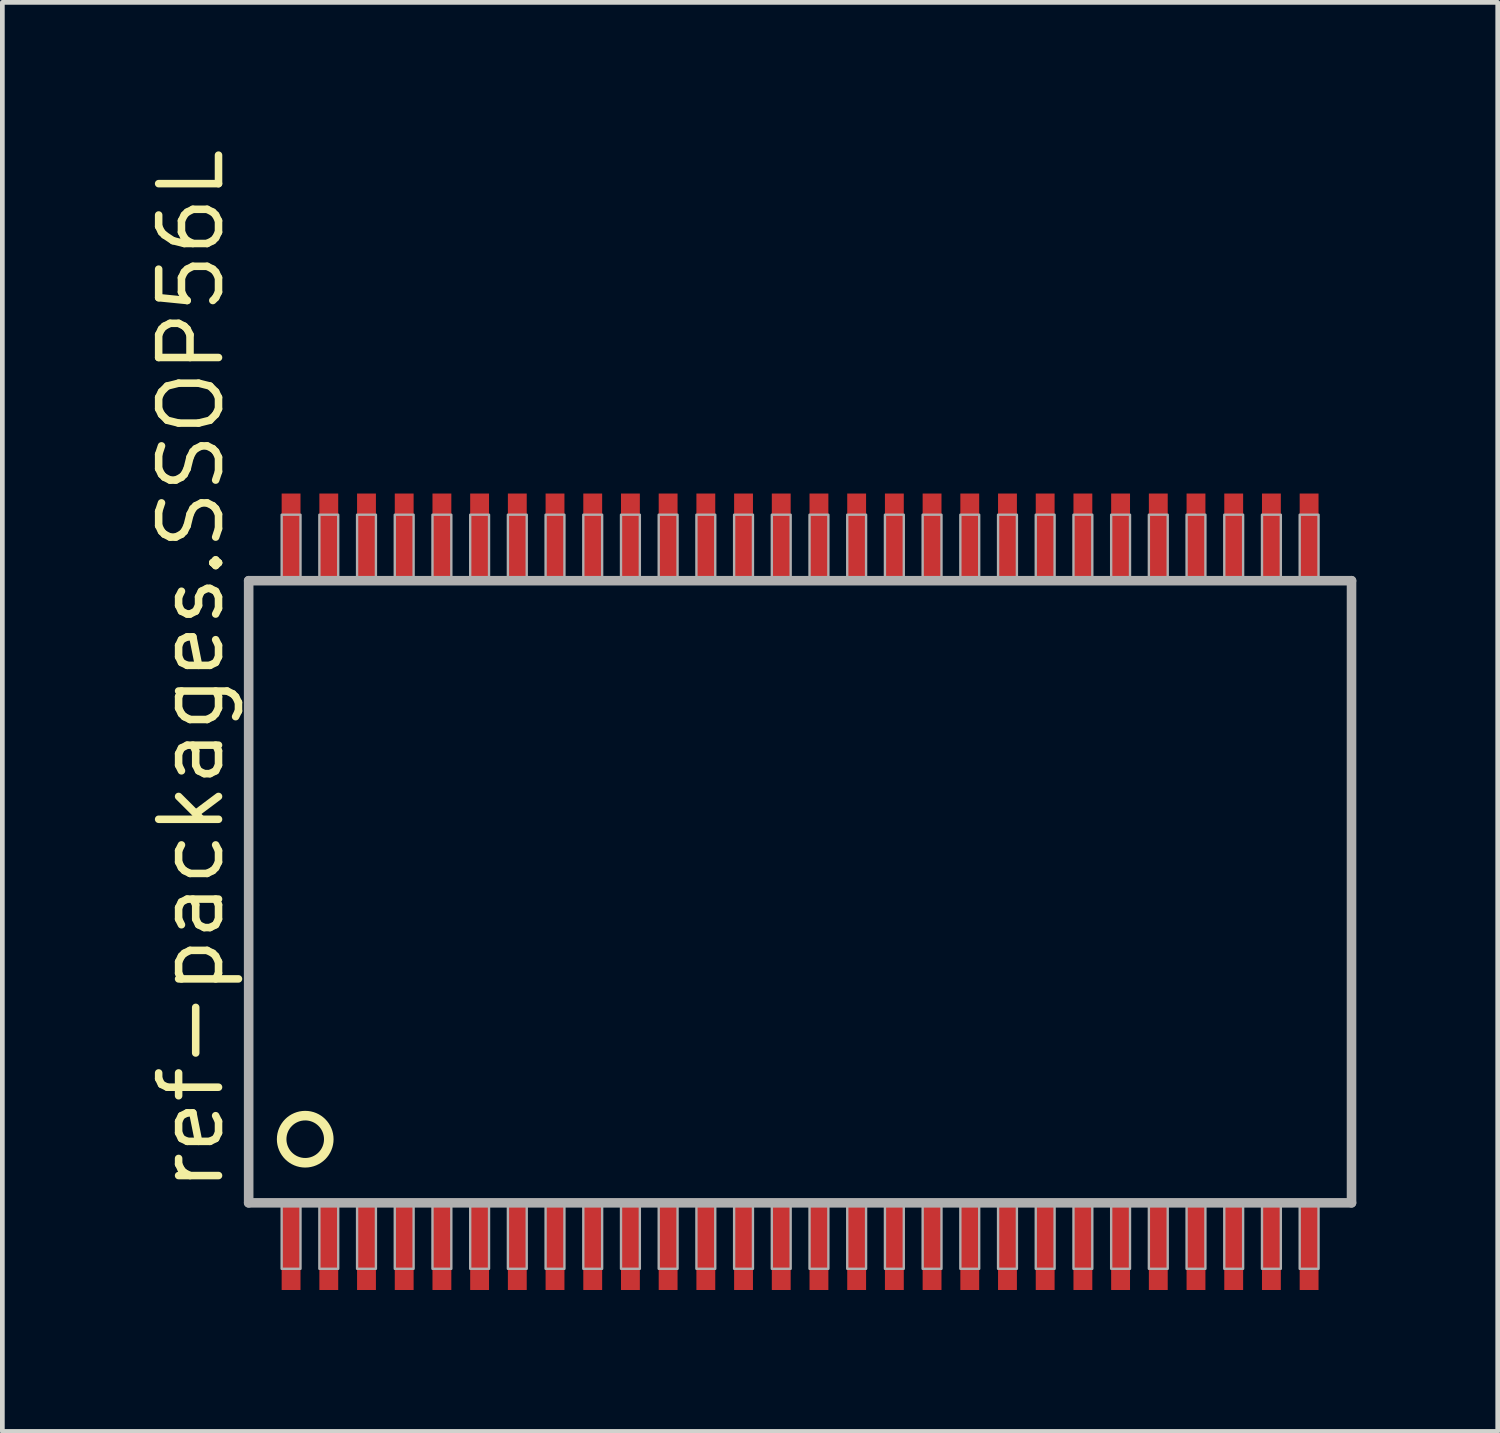
<source format=kicad_pcb>
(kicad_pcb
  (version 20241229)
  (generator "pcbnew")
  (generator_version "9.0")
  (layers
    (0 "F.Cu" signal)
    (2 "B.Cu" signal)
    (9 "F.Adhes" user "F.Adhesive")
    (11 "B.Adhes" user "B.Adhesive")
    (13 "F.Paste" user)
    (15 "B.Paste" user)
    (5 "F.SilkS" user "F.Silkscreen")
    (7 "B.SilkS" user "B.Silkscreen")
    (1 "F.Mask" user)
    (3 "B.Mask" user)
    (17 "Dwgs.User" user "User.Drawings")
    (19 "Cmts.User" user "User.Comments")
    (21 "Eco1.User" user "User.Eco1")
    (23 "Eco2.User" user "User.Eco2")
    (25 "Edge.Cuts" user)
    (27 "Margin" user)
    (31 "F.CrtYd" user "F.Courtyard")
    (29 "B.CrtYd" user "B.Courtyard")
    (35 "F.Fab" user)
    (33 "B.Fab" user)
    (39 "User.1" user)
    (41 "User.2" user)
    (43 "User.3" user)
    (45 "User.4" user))
  (footprint "ref-packages.SSOP56L"
    (layer "F.Cu")
    (at 13.926 15.871)
    (property "Reference" "ref-packages.SSOP56L" (at -12.176 6.429 90) (layer "F.SilkS") (effects (font (size 1.27 1.27) (thickness 0.16)) (justify left bottom)))
    (attr smd)
    (fp_circle (center -10.5 5.25) (end -10 5.25) (stroke (width 0.203) (type default)) (fill no) (layer "F.SilkS"))
    (fp_line (start -11.7 -6.6) (end -11.7 6.6) (stroke (width 0.203) (type default)) (layer "F.Fab"))
    (fp_line (start -11.7 6.6) (end 11.7 6.6) (stroke (width 0.203) (type default)) (layer "F.Fab"))
    (fp_line (start 11.7 -6.6) (end -11.7 -6.6) (stroke (width 0.203) (type default)) (layer "F.Fab"))
    (fp_line (start 11.7 6.6) (end 11.7 -6.6) (stroke (width 0.203) (type default)) (layer "F.Fab"))
    (fp_rect (start -11 -6.6) (end -10.6 -8) (stroke (width 0.05) (type default)) (fill no) (layer "F.Fab"))
    (fp_rect (start -11 8) (end -10.6 6.6) (stroke (width 0.05) (type default)) (fill no) (layer "F.Fab"))
    (fp_rect (start -10.2 -6.6) (end -9.8 -8) (stroke (width 0.05) (type default)) (fill no) (layer "F.Fab"))
    (fp_rect (start -10.2 8) (end -9.8 6.6) (stroke (width 0.05) (type default)) (fill no) (layer "F.Fab"))
    (fp_rect (start -9.4 -6.6) (end -9 -8) (stroke (width 0.05) (type default)) (fill no) (layer "F.Fab"))
    (fp_rect (start -9.4 8) (end -9 6.6) (stroke (width 0.05) (type default)) (fill no) (layer "F.Fab"))
    (fp_rect (start -8.6 -6.6) (end -8.2 -8) (stroke (width 0.05) (type default)) (fill no) (layer "F.Fab"))
    (fp_rect (start -8.6 8) (end -8.2 6.6) (stroke (width 0.05) (type default)) (fill no) (layer "F.Fab"))
    (fp_rect (start -7.8 -6.6) (end -7.4 -8) (stroke (width 0.05) (type default)) (fill no) (layer "F.Fab"))
    (fp_rect (start -7.8 8) (end -7.4 6.6) (stroke (width 0.05) (type default)) (fill no) (layer "F.Fab"))
    (fp_rect (start -7 -6.6) (end -6.6 -8) (stroke (width 0.05) (type default)) (fill no) (layer "F.Fab"))
    (fp_rect (start -7 8) (end -6.6 6.6) (stroke (width 0.05) (type default)) (fill no) (layer "F.Fab"))
    (fp_rect (start -6.2 -6.6) (end -5.8 -8) (stroke (width 0.05) (type default)) (fill no) (layer "F.Fab"))
    (fp_rect (start -6.2 8) (end -5.8 6.6) (stroke (width 0.05) (type default)) (fill no) (layer "F.Fab"))
    (fp_rect (start -5.4 -6.6) (end -5 -8) (stroke (width 0.05) (type default)) (fill no) (layer "F.Fab"))
    (fp_rect (start -5.4 8) (end -5 6.6) (stroke (width 0.05) (type default)) (fill no) (layer "F.Fab"))
    (fp_rect (start -4.6 -6.6) (end -4.2 -8) (stroke (width 0.05) (type default)) (fill no) (layer "F.Fab"))
    (fp_rect (start -4.6 8) (end -4.2 6.6) (stroke (width 0.05) (type default)) (fill no) (layer "F.Fab"))
    (fp_rect (start -3.8 -6.6) (end -3.4 -8) (stroke (width 0.05) (type default)) (fill no) (layer "F.Fab"))
    (fp_rect (start -3.8 8) (end -3.4 6.6) (stroke (width 0.05) (type default)) (fill no) (layer "F.Fab"))
    (fp_rect (start -3 -6.6) (end -2.6 -8) (stroke (width 0.05) (type default)) (fill no) (layer "F.Fab"))
    (fp_rect (start -3 8) (end -2.6 6.6) (stroke (width 0.05) (type default)) (fill no) (layer "F.Fab"))
    (fp_rect (start -2.2 -6.6) (end -1.8 -8) (stroke (width 0.05) (type default)) (fill no) (layer "F.Fab"))
    (fp_rect (start -2.2 8) (end -1.8 6.6) (stroke (width 0.05) (type default)) (fill no) (layer "F.Fab"))
    (fp_rect (start -1.4 -6.6) (end -1 -8) (stroke (width 0.05) (type default)) (fill no) (layer "F.Fab"))
    (fp_rect (start -1.4 8) (end -1 6.6) (stroke (width 0.05) (type default)) (fill no) (layer "F.Fab"))
    (fp_rect (start -0.6 -6.6) (end -0.2 -8) (stroke (width 0.05) (type default)) (fill no) (layer "F.Fab"))
    (fp_rect (start -0.6 8) (end -0.2 6.6) (stroke (width 0.05) (type default)) (fill no) (layer "F.Fab"))
    (fp_rect (start 0.2 -6.6) (end 0.6 -8) (stroke (width 0.05) (type default)) (fill no) (layer "F.Fab"))
    (fp_rect (start 0.2 8) (end 0.6 6.6) (stroke (width 0.05) (type default)) (fill no) (layer "F.Fab"))
    (fp_rect (start 1 -6.6) (end 1.4 -8) (stroke (width 0.05) (type default)) (fill no) (layer "F.Fab"))
    (fp_rect (start 1 8) (end 1.4 6.6) (stroke (width 0.05) (type default)) (fill no) (layer "F.Fab"))
    (fp_rect (start 1.8 -6.6) (end 2.2 -8) (stroke (width 0.05) (type default)) (fill no) (layer "F.Fab"))
    (fp_rect (start 1.8 8) (end 2.2 6.6) (stroke (width 0.05) (type default)) (fill no) (layer "F.Fab"))
    (fp_rect (start 2.6 -6.6) (end 3 -8) (stroke (width 0.05) (type default)) (fill no) (layer "F.Fab"))
    (fp_rect (start 2.6 8) (end 3 6.6) (stroke (width 0.05) (type default)) (fill no) (layer "F.Fab"))
    (fp_rect (start 3.4 -6.6) (end 3.8 -8) (stroke (width 0.05) (type default)) (fill no) (layer "F.Fab"))
    (fp_rect (start 3.4 8) (end 3.8 6.6) (stroke (width 0.05) (type default)) (fill no) (layer "F.Fab"))
    (fp_rect (start 4.2 -6.6) (end 4.6 -8) (stroke (width 0.05) (type default)) (fill no) (layer "F.Fab"))
    (fp_rect (start 4.2 8) (end 4.6 6.6) (stroke (width 0.05) (type default)) (fill no) (layer "F.Fab"))
    (fp_rect (start 5 -6.6) (end 5.4 -8) (stroke (width 0.05) (type default)) (fill no) (layer "F.Fab"))
    (fp_rect (start 5 8) (end 5.4 6.6) (stroke (width 0.05) (type default)) (fill no) (layer "F.Fab"))
    (fp_rect (start 5.8 -6.6) (end 6.2 -8) (stroke (width 0.05) (type default)) (fill no) (layer "F.Fab"))
    (fp_rect (start 5.8 8) (end 6.2 6.6) (stroke (width 0.05) (type default)) (fill no) (layer "F.Fab"))
    (fp_rect (start 6.6 -6.6) (end 7 -8) (stroke (width 0.05) (type default)) (fill no) (layer "F.Fab"))
    (fp_rect (start 6.6 8) (end 7 6.6) (stroke (width 0.05) (type default)) (fill no) (layer "F.Fab"))
    (fp_rect (start 7.4 -6.6) (end 7.8 -8) (stroke (width 0.05) (type default)) (fill no) (layer "F.Fab"))
    (fp_rect (start 7.4 8) (end 7.8 6.6) (stroke (width 0.05) (type default)) (fill no) (layer "F.Fab"))
    (fp_rect (start 8.2 -6.6) (end 8.6 -8) (stroke (width 0.05) (type default)) (fill no) (layer "F.Fab"))
    (fp_rect (start 8.2 8) (end 8.6 6.6) (stroke (width 0.05) (type default)) (fill no) (layer "F.Fab"))
    (fp_rect (start 9 -6.6) (end 9.4 -8) (stroke (width 0.05) (type default)) (fill no) (layer "F.Fab"))
    (fp_rect (start 9 8) (end 9.4 6.6) (stroke (width 0.05) (type default)) (fill no) (layer "F.Fab"))
    (fp_rect (start 9.8 -6.6) (end 10.2 -8) (stroke (width 0.05) (type default)) (fill no) (layer "F.Fab"))
    (fp_rect (start 9.8 8) (end 10.2 6.6) (stroke (width 0.05) (type default)) (fill no) (layer "F.Fab"))
    (fp_rect (start 10.6 -6.6) (end 11 -8) (stroke (width 0.05) (type default)) (fill no) (layer "F.Fab"))
    (fp_rect (start 10.6 8) (end 11 6.6) (stroke (width 0.05) (type default)) (fill no) (layer "F.Fab"))
    (pad "1" smd roundrect (at -10.8 7.5) (size 0.4 1.9) (layers "F.Cu" "F.Mask" "F.Paste") (roundrect_rratio 0.01))
    (pad "2" smd roundrect (at -10 7.5) (size 0.4 1.9) (layers "F.Cu" "F.Mask" "F.Paste") (roundrect_rratio 0.01))
    (pad "3" smd roundrect (at -9.2 7.5) (size 0.4 1.9) (layers "F.Cu" "F.Mask" "F.Paste") (roundrect_rratio 0.01))
    (pad "4" smd roundrect (at -8.4 7.5) (size 0.4 1.9) (layers "F.Cu" "F.Mask" "F.Paste") (roundrect_rratio 0.01))
    (pad "5" smd roundrect (at -7.6 7.5) (size 0.4 1.9) (layers "F.Cu" "F.Mask" "F.Paste") (roundrect_rratio 0.01))
    (pad "6" smd roundrect (at -6.8 7.5) (size 0.4 1.9) (layers "F.Cu" "F.Mask" "F.Paste") (roundrect_rratio 0.01))
    (pad "7" smd roundrect (at -6 7.5) (size 0.4 1.9) (layers "F.Cu" "F.Mask" "F.Paste") (roundrect_rratio 0.01))
    (pad "8" smd roundrect (at -5.2 7.5) (size 0.4 1.9) (layers "F.Cu" "F.Mask" "F.Paste") (roundrect_rratio 0.01))
    (pad "9" smd roundrect (at -4.4 7.5) (size 0.4 1.9) (layers "F.Cu" "F.Mask" "F.Paste") (roundrect_rratio 0.01))
    (pad "10" smd roundrect (at -3.6 7.5) (size 0.4 1.9) (layers "F.Cu" "F.Mask" "F.Paste") (roundrect_rratio 0.01))
    (pad "11" smd roundrect (at -2.8 7.5) (size 0.4 1.9) (layers "F.Cu" "F.Mask" "F.Paste") (roundrect_rratio 0.01))
    (pad "12" smd roundrect (at -2 7.5) (size 0.4 1.9) (layers "F.Cu" "F.Mask" "F.Paste") (roundrect_rratio 0.01))
    (pad "13" smd roundrect (at -1.2 7.5) (size 0.4 1.9) (layers "F.Cu" "F.Mask" "F.Paste") (roundrect_rratio 0.01))
    (pad "14" smd roundrect (at -0.4 7.5) (size 0.4 1.9) (layers "F.Cu" "F.Mask" "F.Paste") (roundrect_rratio 0.01))
    (pad "15" smd roundrect (at 0.4 7.5) (size 0.4 1.9) (layers "F.Cu" "F.Mask" "F.Paste") (roundrect_rratio 0.01))
    (pad "16" smd roundrect (at 1.2 7.5) (size 0.4 1.9) (layers "F.Cu" "F.Mask" "F.Paste") (roundrect_rratio 0.01))
    (pad "17" smd roundrect (at 2 7.5) (size 0.4 1.9) (layers "F.Cu" "F.Mask" "F.Paste") (roundrect_rratio 0.01))
    (pad "18" smd roundrect (at 2.8 7.5) (size 0.4 1.9) (layers "F.Cu" "F.Mask" "F.Paste") (roundrect_rratio 0.01))
    (pad "19" smd roundrect (at 3.6 7.5) (size 0.4 1.9) (layers "F.Cu" "F.Mask" "F.Paste") (roundrect_rratio 0.01))
    (pad "20" smd roundrect (at 4.4 7.5) (size 0.4 1.9) (layers "F.Cu" "F.Mask" "F.Paste") (roundrect_rratio 0.01))
    (pad "21" smd roundrect (at 5.2 7.5) (size 0.4 1.9) (layers "F.Cu" "F.Mask" "F.Paste") (roundrect_rratio 0.01))
    (pad "22" smd roundrect (at 6 7.5) (size 0.4 1.9) (layers "F.Cu" "F.Mask" "F.Paste") (roundrect_rratio 0.01))
    (pad "23" smd roundrect (at 6.8 7.5) (size 0.4 1.9) (layers "F.Cu" "F.Mask" "F.Paste") (roundrect_rratio 0.01))
    (pad "24" smd roundrect (at 7.6 7.5) (size 0.4 1.9) (layers "F.Cu" "F.Mask" "F.Paste") (roundrect_rratio 0.01))
    (pad "25" smd roundrect (at 8.4 7.5) (size 0.4 1.9) (layers "F.Cu" "F.Mask" "F.Paste") (roundrect_rratio 0.01))
    (pad "26" smd roundrect (at 9.2 7.5) (size 0.4 1.9) (layers "F.Cu" "F.Mask" "F.Paste") (roundrect_rratio 0.01))
    (pad "27" smd roundrect (at 10 7.5) (size 0.4 1.9) (layers "F.Cu" "F.Mask" "F.Paste") (roundrect_rratio 0.01))
    (pad "28" smd roundrect (at 10.8 7.5) (size 0.4 1.9) (layers "F.Cu" "F.Mask" "F.Paste") (roundrect_rratio 0.01))
    (pad "29" smd roundrect (at 10.8 -7.5) (size 0.4 1.9) (layers "F.Cu" "F.Mask" "F.Paste") (roundrect_rratio 0.01))
    (pad "30" smd roundrect (at 10 -7.5) (size 0.4 1.9) (layers "F.Cu" "F.Mask" "F.Paste") (roundrect_rratio 0.01))
    (pad "31" smd roundrect (at 9.2 -7.5) (size 0.4 1.9) (layers "F.Cu" "F.Mask" "F.Paste") (roundrect_rratio 0.01))
    (pad "32" smd roundrect (at 8.4 -7.5) (size 0.4 1.9) (layers "F.Cu" "F.Mask" "F.Paste") (roundrect_rratio 0.01))
    (pad "33" smd roundrect (at 7.6 -7.5) (size 0.4 1.9) (layers "F.Cu" "F.Mask" "F.Paste") (roundrect_rratio 0.01))
    (pad "34" smd roundrect (at 6.8 -7.5) (size 0.4 1.9) (layers "F.Cu" "F.Mask" "F.Paste") (roundrect_rratio 0.01))
    (pad "35" smd roundrect (at 6 -7.5) (size 0.4 1.9) (layers "F.Cu" "F.Mask" "F.Paste") (roundrect_rratio 0.01))
    (pad "36" smd roundrect (at 5.2 -7.5) (size 0.4 1.9) (layers "F.Cu" "F.Mask" "F.Paste") (roundrect_rratio 0.01))
    (pad "37" smd roundrect (at 4.4 -7.5) (size 0.4 1.9) (layers "F.Cu" "F.Mask" "F.Paste") (roundrect_rratio 0.01))
    (pad "38" smd roundrect (at 3.6 -7.5) (size 0.4 1.9) (layers "F.Cu" "F.Mask" "F.Paste") (roundrect_rratio 0.01))
    (pad "39" smd roundrect (at 2.8 -7.5) (size 0.4 1.9) (layers "F.Cu" "F.Mask" "F.Paste") (roundrect_rratio 0.01))
    (pad "40" smd roundrect (at 2 -7.5) (size 0.4 1.9) (layers "F.Cu" "F.Mask" "F.Paste") (roundrect_rratio 0.01))
    (pad "41" smd roundrect (at 1.2 -7.5) (size 0.4 1.9) (layers "F.Cu" "F.Mask" "F.Paste") (roundrect_rratio 0.01))
    (pad "42" smd roundrect (at 0.4 -7.5) (size 0.4 1.9) (layers "F.Cu" "F.Mask" "F.Paste") (roundrect_rratio 0.01))
    (pad "43" smd roundrect (at -0.4 -7.5) (size 0.4 1.9) (layers "F.Cu" "F.Mask" "F.Paste") (roundrect_rratio 0.01))
    (pad "44" smd roundrect (at -1.2 -7.5) (size 0.4 1.9) (layers "F.Cu" "F.Mask" "F.Paste") (roundrect_rratio 0.01))
    (pad "45" smd roundrect (at -2 -7.5) (size 0.4 1.9) (layers "F.Cu" "F.Mask" "F.Paste") (roundrect_rratio 0.01))
    (pad "46" smd roundrect (at -2.8 -7.5) (size 0.4 1.9) (layers "F.Cu" "F.Mask" "F.Paste") (roundrect_rratio 0.01))
    (pad "47" smd roundrect (at -3.6 -7.5) (size 0.4 1.9) (layers "F.Cu" "F.Mask" "F.Paste") (roundrect_rratio 0.01))
    (pad "48" smd roundrect (at -4.4 -7.5) (size 0.4 1.9) (layers "F.Cu" "F.Mask" "F.Paste") (roundrect_rratio 0.01))
    (pad "49" smd roundrect (at -5.2 -7.5) (size 0.4 1.9) (layers "F.Cu" "F.Mask" "F.Paste") (roundrect_rratio 0.01))
    (pad "50" smd roundrect (at -6 -7.5) (size 0.4 1.9) (layers "F.Cu" "F.Mask" "F.Paste") (roundrect_rratio 0.01))
    (pad "51" smd roundrect (at -6.8 -7.5) (size 0.4 1.9) (layers "F.Cu" "F.Mask" "F.Paste") (roundrect_rratio 0.01))
    (pad "52" smd roundrect (at -7.6 -7.5) (size 0.4 1.9) (layers "F.Cu" "F.Mask" "F.Paste") (roundrect_rratio 0.01))
    (pad "53" smd roundrect (at -8.4 -7.5) (size 0.4 1.9) (layers "F.Cu" "F.Mask" "F.Paste") (roundrect_rratio 0.01))
    (pad "54" smd roundrect (at -9.2 -7.5) (size 0.4 1.9) (layers "F.Cu" "F.Mask" "F.Paste") (roundrect_rratio 0.01))
    (pad "55" smd roundrect (at -10 -7.5) (size 0.4 1.9) (layers "F.Cu" "F.Mask" "F.Paste") (roundrect_rratio 0.01))
    (pad "56" smd roundrect (at -10.8 -7.5) (size 0.4 1.9) (layers "F.Cu" "F.Mask" "F.Paste") (roundrect_rratio 0.01)))
  (gr_rect
    (start -3 -3)
    (end 28.728 27.321)
    (stroke (width 0.1) (type default))
    (fill no)
    (layer "Edge.Cuts")))
</source>
